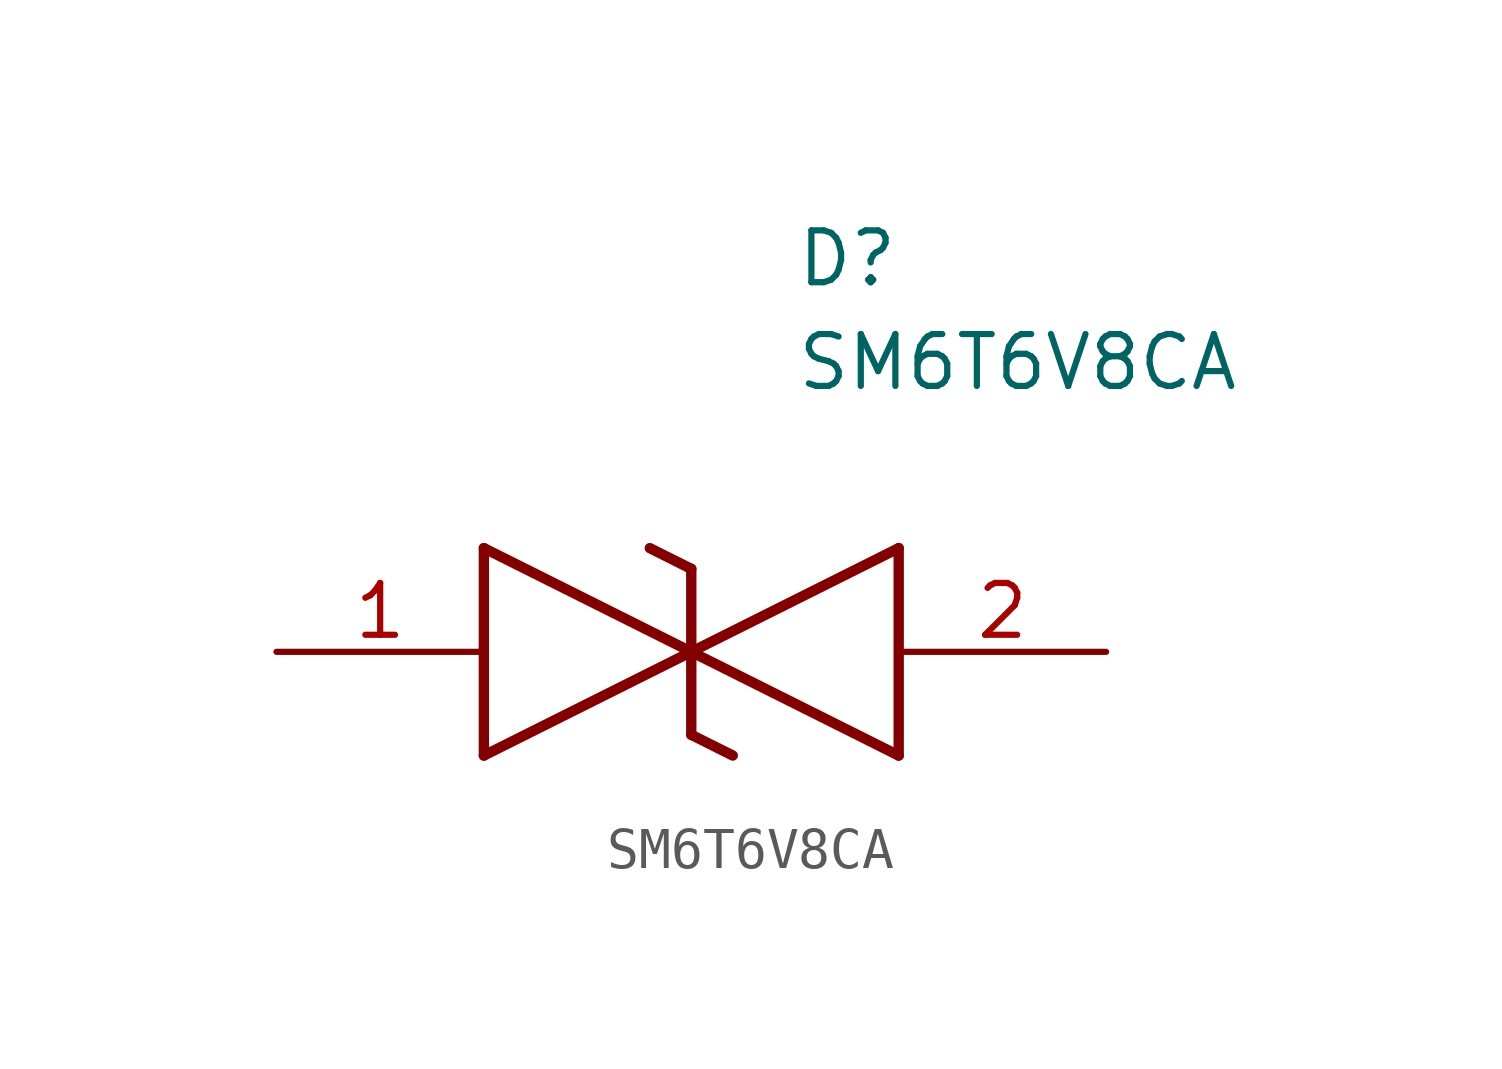
<source format=kicad_sym>
(kicad_symbol_lib
  (version 20211014)
  (generator SamacSys_ECAD_Model)
  (symbol "SM6T6V8CA"
    (pin_names hide)
    (property "Reference" "D"
      (at 12.7 8.89 0)
      (effects (font (size 1.27 1.27)) (justify left bottom)))
    (property "Value" "SM6T6V8CA"
      (at 12.7 6.35 0)
      (effects (font (size 1.27 1.27)) (justify left bottom)))
    (polyline
      (pts (xy 10.16 0) (xy 5.08 -2.54))
      (stroke (width 0.254) (type default))
      (fill (type none)))
    (polyline
      (pts (xy 5.08 2.54) (xy 5.08 -2.54))
      (stroke (width 0.254) (type default))
      (fill (type none)))
    (polyline
      (pts (xy 5.08 2.54) (xy 10.16 0))
      (stroke (width 0.254) (type default))
      (fill (type none)))
    (polyline
      (pts (xy 10.16 0) (xy 15.24 -2.54))
      (stroke (width 0.254) (type default))
      (fill (type none)))
    (polyline
      (pts (xy 15.24 2.54) (xy 15.24 -2.54))
      (stroke (width 0.254) (type default))
      (fill (type none)))
    (polyline
      (pts (xy 15.24 2.54) (xy 10.16 0))
      (stroke (width 0.254) (type default))
      (fill (type none)))
    (polyline
      (pts (xy 10.16 -2.032) (xy 10.16 2.032))
      (stroke (width 0.254) (type default))
      (fill (type none)))
    (polyline
      (pts (xy 9.144 2.54) (xy 10.16 2.032))
      (stroke (width 0.254) (type default))
      (fill (type none)))
    (polyline
      (pts (xy 10.16 -2.032) (xy 11.176 -2.54))
      (stroke (width 0.254) (type default))
      (fill (type none)))
    (pin passive line
      (at 0 0 0)
      (length 5.08)
      (name "1" (effects (font (size 1.27 1.27))))
      (number "1" (effects (font (size 1.27 1.27)))))
    (pin passive line
      (at 20.32 0 180)
      (length 5.08)
      (name "2" (effects (font (size 1.27 1.27))))
      (number "2" (effects (font (size 1.27 1.27)))))))
</source>
